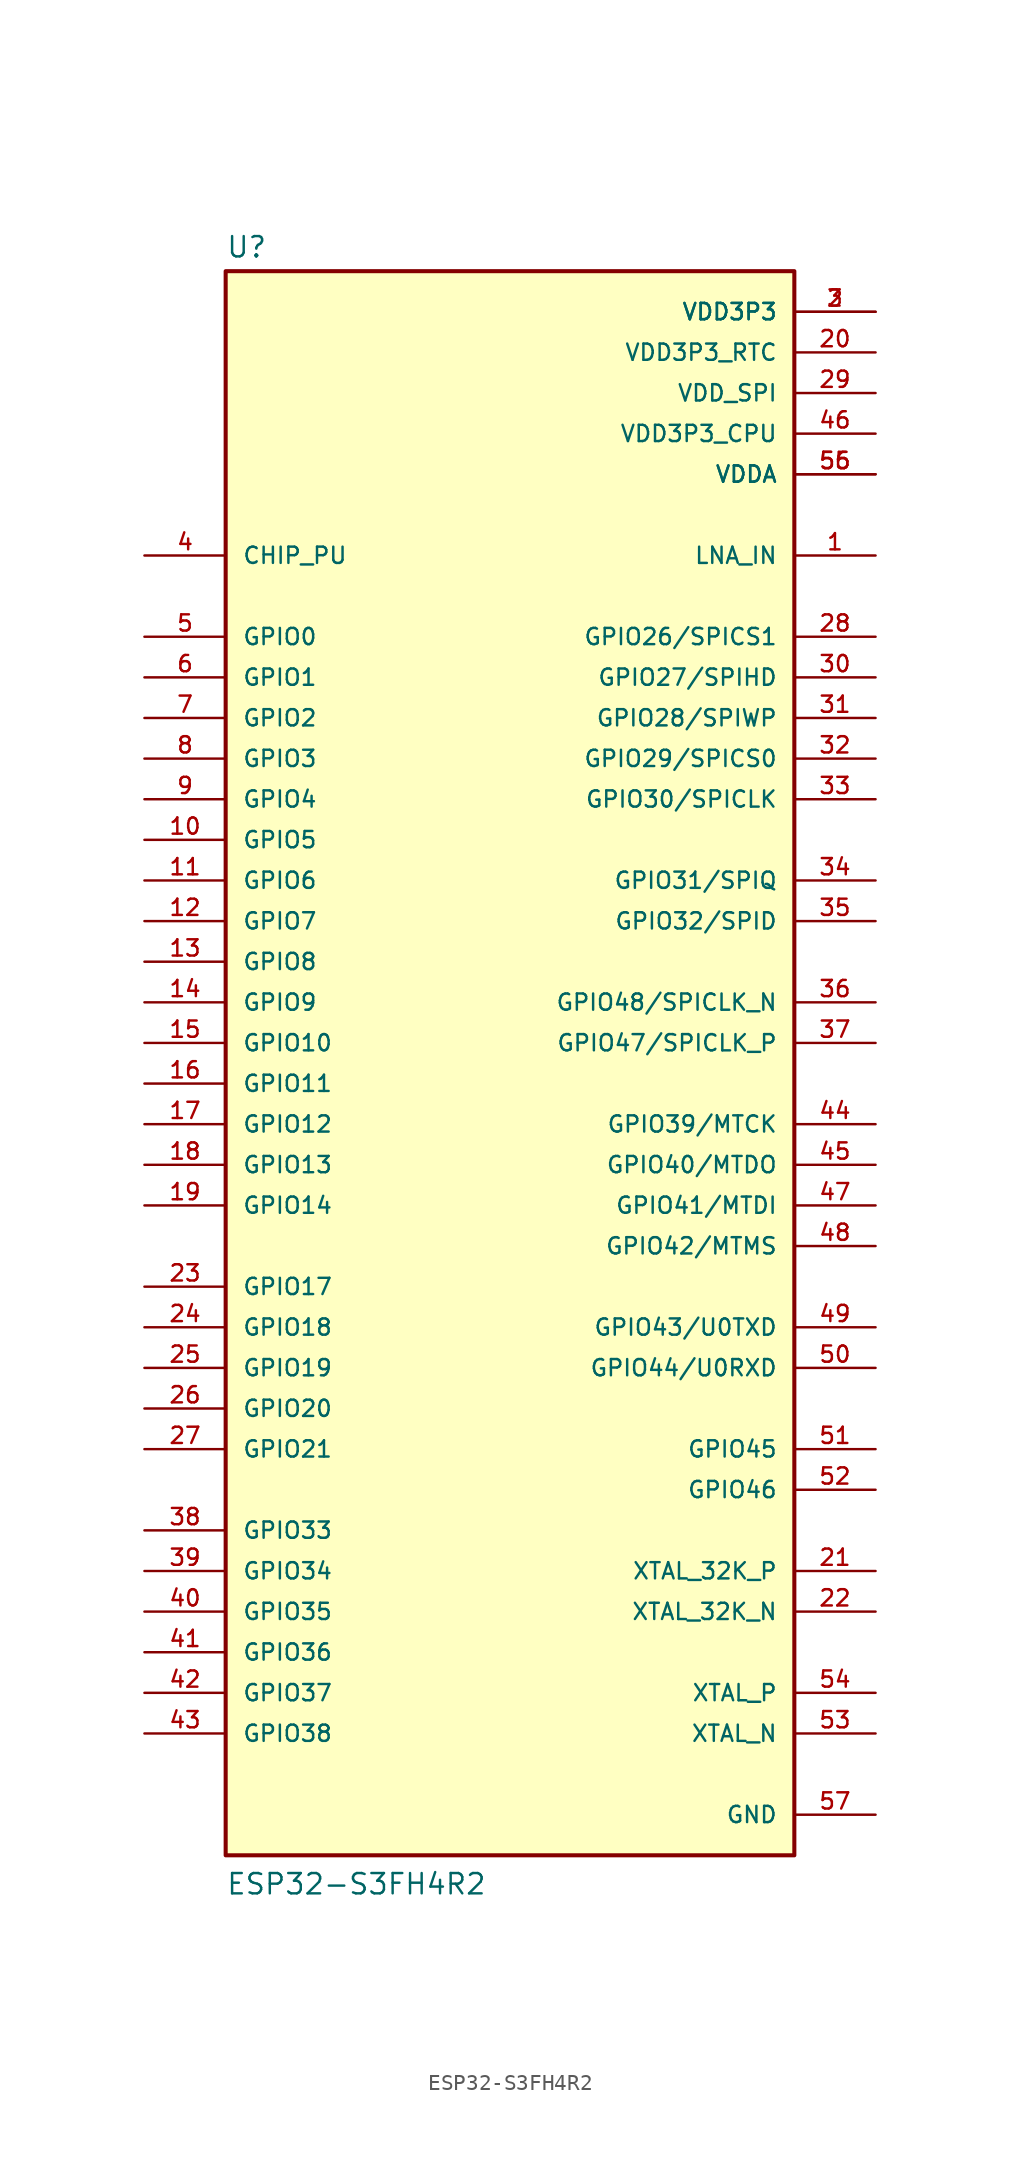
<source format=kicad_sym>
(kicad_symbol_lib
  (version 20220914)
  (generator kicad_symbol_editor)
  (symbol "ESP32-S3FH4R2"
    (pin_names
      (offset 1.016))
    (property "Reference" "U"
      (at -17.78 51.562 0)
      (effects (font (size 1.27 1.27)) (justify left bottom)))
    (property "Value" "ESP32-S3FH4R2"
      (at -17.78 -50.8 0)
      (effects (font (size 1.27 1.27)) (justify left bottom)))
    (symbol "ESP32-S3FH4R2_0_0"
      (rectangle (start -17.78 -48.26) (end 17.78 50.8) (stroke (width 0.254) (type default)) (fill (type background)))
      (pin bidirectional line (at 22.86 33.02 180) (length 5.08) (name "LNA_IN" (effects (font (size 1.016 1.016)))) (number "1" (effects (font (size 1.016 1.016)))))
      (pin bidirectional line (at -22.86 15.24 0) (length 5.08) (name "GPIO5" (effects (font (size 1.016 1.016)))) (number "10" (effects (font (size 1.016 1.016)))))
      (pin bidirectional line (at -22.86 12.7 0) (length 5.08) (name "GPIO6" (effects (font (size 1.016 1.016)))) (number "11" (effects (font (size 1.016 1.016)))))
      (pin bidirectional line (at -22.86 10.16 0) (length 5.08) (name "GPIO7" (effects (font (size 1.016 1.016)))) (number "12" (effects (font (size 1.016 1.016)))))
      (pin bidirectional line (at -22.86 7.62 0) (length 5.08) (name "GPIO8" (effects (font (size 1.016 1.016)))) (number "13" (effects (font (size 1.016 1.016)))))
      (pin bidirectional line (at -22.86 5.08 0) (length 5.08) (name "GPIO9" (effects (font (size 1.016 1.016)))) (number "14" (effects (font (size 1.016 1.016)))))
      (pin bidirectional line (at -22.86 2.54 0) (length 5.08) (name "GPIO10" (effects (font (size 1.016 1.016)))) (number "15" (effects (font (size 1.016 1.016)))))
      (pin bidirectional line (at -22.86 0 0) (length 5.08) (name "GPIO11" (effects (font (size 1.016 1.016)))) (number "16" (effects (font (size 1.016 1.016)))))
      (pin bidirectional line (at -22.86 -2.54 0) (length 5.08) (name "GPIO12" (effects (font (size 1.016 1.016)))) (number "17" (effects (font (size 1.016 1.016)))))
      (pin bidirectional line (at -22.86 -5.08 0) (length 5.08) (name "GPIO13" (effects (font (size 1.016 1.016)))) (number "18" (effects (font (size 1.016 1.016)))))
      (pin bidirectional line (at -22.86 -7.62 0) (length 5.08) (name "GPIO14" (effects (font (size 1.016 1.016)))) (number "19" (effects (font (size 1.016 1.016)))))
      (pin power_in line (at 22.86 48.26 180) (length 5.08) (name "VDD3P3" (effects (font (size 1.016 1.016)))) (number "2" (effects (font (size 1.016 1.016)))))
      (pin power_in line (at 22.86 45.72 180) (length 5.08) (name "VDD3P3_RTC" (effects (font (size 1.016 1.016)))) (number "20" (effects (font (size 1.016 1.016)))))
      (pin bidirectional line (at 22.86 -30.48 180) (length 5.08) (name "XTAL_32K_P" (effects (font (size 1.016 1.016)))) (number "21" (effects (font (size 1.016 1.016)))))
      (pin bidirectional line (at 22.86 -33.02 180) (length 5.08) (name "XTAL_32K_N" (effects (font (size 1.016 1.016)))) (number "22" (effects (font (size 1.016 1.016)))))
      (pin bidirectional line (at -22.86 -12.7 0) (length 5.08) (name "GPIO17" (effects (font (size 1.016 1.016)))) (number "23" (effects (font (size 1.016 1.016)))))
      (pin bidirectional line (at -22.86 -15.24 0) (length 5.08) (name "GPIO18" (effects (font (size 1.016 1.016)))) (number "24" (effects (font (size 1.016 1.016)))))
      (pin bidirectional line (at -22.86 -17.78 0) (length 5.08) (name "GPIO19" (effects (font (size 1.016 1.016)))) (number "25" (effects (font (size 1.016 1.016)))))
      (pin bidirectional line (at -22.86 -20.32 0) (length 5.08) (name "GPIO20" (effects (font (size 1.016 1.016)))) (number "26" (effects (font (size 1.016 1.016)))))
      (pin bidirectional line (at -22.86 -22.86 0) (length 5.08) (name "GPIO21" (effects (font (size 1.016 1.016)))) (number "27" (effects (font (size 1.016 1.016)))))
      (pin bidirectional line (at 22.86 27.94 180) (length 5.08) (name "GPIO26/SPICS1" (effects (font (size 1.016 1.016)))) (number "28" (effects (font (size 1.016 1.016)))))
      (pin power_in line (at 22.86 43.18 180) (length 5.08) (name "VDD_SPI" (effects (font (size 1.016 1.016)))) (number "29" (effects (font (size 1.016 1.016)))))
      (pin power_in line (at 22.86 48.26 180) (length 5.08) (name "VDD3P3" (effects (font (size 1.016 1.016)))) (number "3" (effects (font (size 1.016 1.016)))))
      (pin bidirectional line (at 22.86 25.4 180) (length 5.08) (name "GPIO27/SPIHD" (effects (font (size 1.016 1.016)))) (number "30" (effects (font (size 1.016 1.016)))))
      (pin bidirectional line (at 22.86 22.86 180) (length 5.08) (name "GPIO28/SPIWP" (effects (font (size 1.016 1.016)))) (number "31" (effects (font (size 1.016 1.016)))))
      (pin bidirectional line (at 22.86 20.32 180) (length 5.08) (name "GPIO29/SPICS0" (effects (font (size 1.016 1.016)))) (number "32" (effects (font (size 1.016 1.016)))))
      (pin bidirectional line (at 22.86 17.78 180) (length 5.08) (name "GPIO30/SPICLK" (effects (font (size 1.016 1.016)))) (number "33" (effects (font (size 1.016 1.016)))))
      (pin bidirectional line (at 22.86 12.7 180) (length 5.08) (name "GPIO31/SPIQ" (effects (font (size 1.016 1.016)))) (number "34" (effects (font (size 1.016 1.016)))))
      (pin bidirectional line (at 22.86 10.16 180) (length 5.08) (name "GPIO32/SPID" (effects (font (size 1.016 1.016)))) (number "35" (effects (font (size 1.016 1.016)))))
      (pin bidirectional line (at 22.86 5.08 180) (length 5.08) (name "GPIO48/SPICLK_N" (effects (font (size 1.016 1.016)))) (number "36" (effects (font (size 1.016 1.016)))))
      (pin bidirectional line (at 22.86 2.54 180) (length 5.08) (name "GPIO47/SPICLK_P" (effects (font (size 1.016 1.016)))) (number "37" (effects (font (size 1.016 1.016)))))
      (pin bidirectional line (at -22.86 -27.94 0) (length 5.08) (name "GPIO33" (effects (font (size 1.016 1.016)))) (number "38" (effects (font (size 1.016 1.016)))))
      (pin bidirectional line (at -22.86 -30.48 0) (length 5.08) (name "GPIO34" (effects (font (size 1.016 1.016)))) (number "39" (effects (font (size 1.016 1.016)))))
      (pin input line (at -22.86 33.02 0) (length 5.08) (name "CHIP_PU" (effects (font (size 1.016 1.016)))) (number "4" (effects (font (size 1.016 1.016)))))
      (pin bidirectional line (at -22.86 -33.02 0) (length 5.08) (name "GPIO35" (effects (font (size 1.016 1.016)))) (number "40" (effects (font (size 1.016 1.016)))))
      (pin bidirectional line (at -22.86 -35.56 0) (length 5.08) (name "GPIO36" (effects (font (size 1.016 1.016)))) (number "41" (effects (font (size 1.016 1.016)))))
      (pin bidirectional line (at -22.86 -38.1 0) (length 5.08) (name "GPIO37" (effects (font (size 1.016 1.016)))) (number "42" (effects (font (size 1.016 1.016)))))
      (pin bidirectional line (at -22.86 -40.64 0) (length 5.08) (name "GPIO38" (effects (font (size 1.016 1.016)))) (number "43" (effects (font (size 1.016 1.016)))))
      (pin bidirectional line (at 22.86 -2.54 180) (length 5.08) (name "GPIO39/MTCK" (effects (font (size 1.016 1.016)))) (number "44" (effects (font (size 1.016 1.016)))))
      (pin bidirectional line (at 22.86 -5.08 180) (length 5.08) (name "GPIO40/MTDO" (effects (font (size 1.016 1.016)))) (number "45" (effects (font (size 1.016 1.016)))))
      (pin power_in line (at 22.86 40.64 180) (length 5.08) (name "VDD3P3_CPU" (effects (font (size 1.016 1.016)))) (number "46" (effects (font (size 1.016 1.016)))))
      (pin bidirectional line (at 22.86 -7.62 180) (length 5.08) (name "GPIO41/MTDI" (effects (font (size 1.016 1.016)))) (number "47" (effects (font (size 1.016 1.016)))))
      (pin bidirectional line (at 22.86 -10.16 180) (length 5.08) (name "GPIO42/MTMS" (effects (font (size 1.016 1.016)))) (number "48" (effects (font (size 1.016 1.016)))))
      (pin bidirectional line (at 22.86 -15.24 180) (length 5.08) (name "GPIO43/U0TXD" (effects (font (size 1.016 1.016)))) (number "49" (effects (font (size 1.016 1.016)))))
      (pin bidirectional line (at -22.86 27.94 0) (length 5.08) (name "GPIO0" (effects (font (size 1.016 1.016)))) (number "5" (effects (font (size 1.016 1.016)))))
      (pin bidirectional line (at 22.86 -17.78 180) (length 5.08) (name "GPIO44/U0RXD" (effects (font (size 1.016 1.016)))) (number "50" (effects (font (size 1.016 1.016)))))
      (pin bidirectional line (at 22.86 -22.86 180) (length 5.08) (name "GPIO45" (effects (font (size 1.016 1.016)))) (number "51" (effects (font (size 1.016 1.016)))))
      (pin bidirectional line (at 22.86 -25.4 180) (length 5.08) (name "GPIO46" (effects (font (size 1.016 1.016)))) (number "52" (effects (font (size 1.016 1.016)))))
      (pin output line (at 22.86 -40.64 180) (length 5.08) (name "XTAL_N" (effects (font (size 1.016 1.016)))) (number "53" (effects (font (size 1.016 1.016)))))
      (pin input line (at 22.86 -38.1 180) (length 5.08) (name "XTAL_P" (effects (font (size 1.016 1.016)))) (number "54" (effects (font (size 1.016 1.016)))))
      (pin power_in line (at 22.86 38.1 180) (length 5.08) (name "VDDA" (effects (font (size 1.016 1.016)))) (number "55" (effects (font (size 1.016 1.016)))))
      (pin power_in line (at 22.86 38.1 180) (length 5.08) (name "VDDA" (effects (font (size 1.016 1.016)))) (number "56" (effects (font (size 1.016 1.016)))))
      (pin power_in line (at 22.86 -45.72 180) (length 5.08) (name "GND" (effects (font (size 1.016 1.016)))) (number "57" (effects (font (size 1.016 1.016)))))
      (pin bidirectional line (at -22.86 25.4 0) (length 5.08) (name "GPIO1" (effects (font (size 1.016 1.016)))) (number "6" (effects (font (size 1.016 1.016)))))
      (pin bidirectional line (at -22.86 22.86 0) (length 5.08) (name "GPIO2" (effects (font (size 1.016 1.016)))) (number "7" (effects (font (size 1.016 1.016)))))
      (pin bidirectional line (at -22.86 20.32 0) (length 5.08) (name "GPIO3" (effects (font (size 1.016 1.016)))) (number "8" (effects (font (size 1.016 1.016)))))
      (pin bidirectional line (at -22.86 17.78 0) (length 5.08) (name "GPIO4" (effects (font (size 1.016 1.016)))) (number "9" (effects (font (size 1.016 1.016))))))))
</source>
